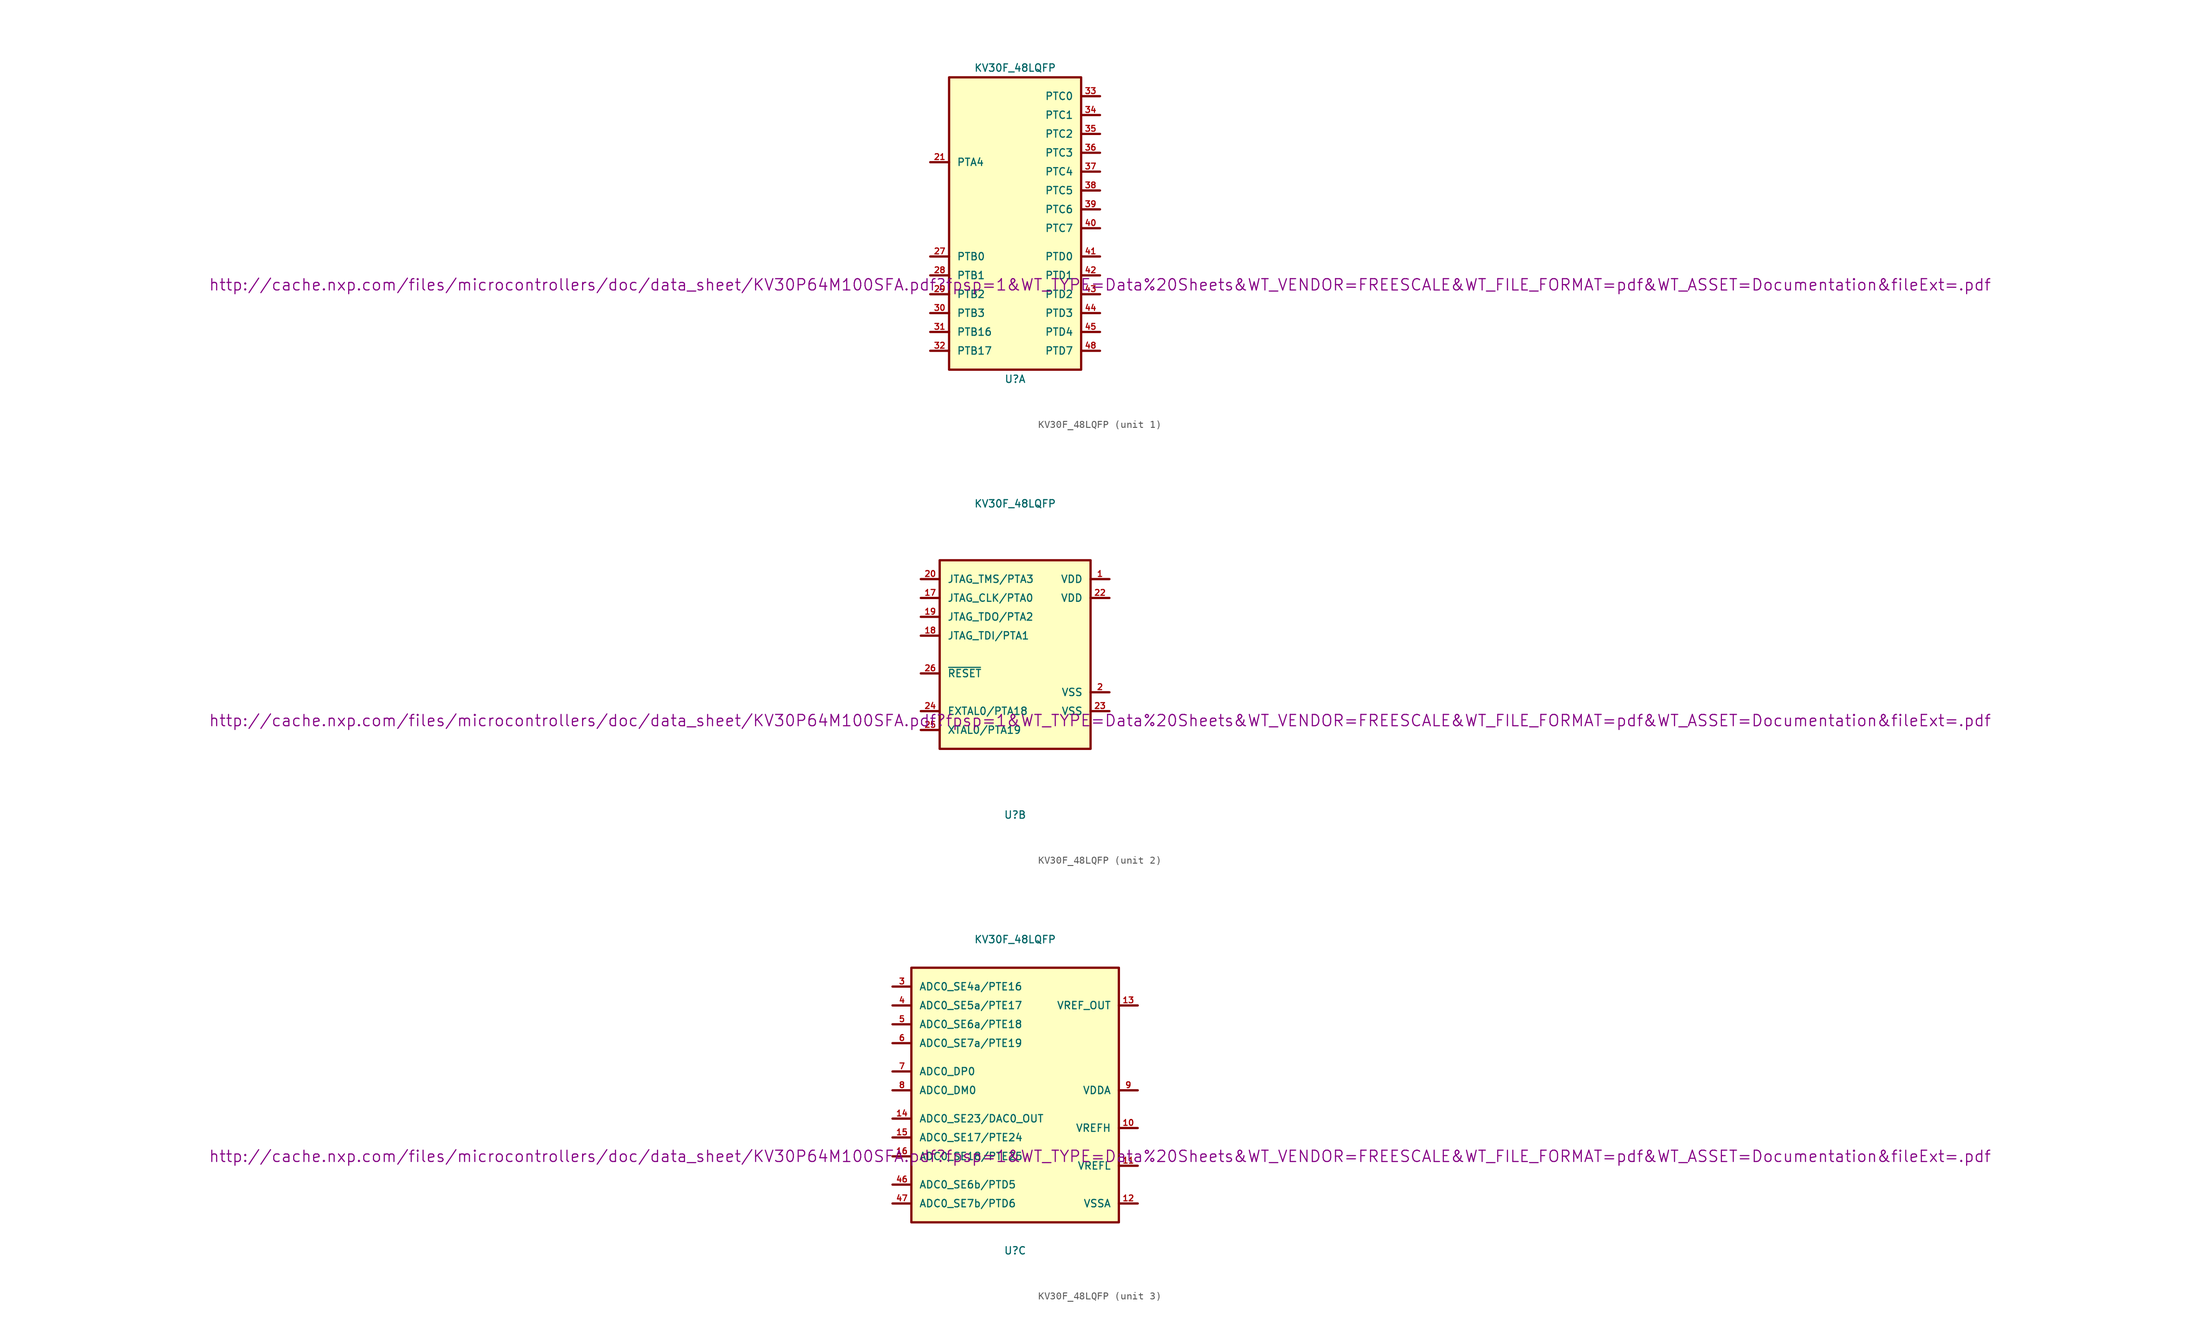
<source format=kicad_sym>
(kicad_symbol_lib
  (version 20211014)
  (generator kicad_symbol_editor)
  (symbol "KV30F_48LQFP"
    (pin_names
      (offset 1.016))
    (property "Reference" "U"
      (at 0 -21.59 0)
      (effects (font (size 0.991 0.991))))
    (property "Value" "KV30F_48LQFP"
      (at 0 20.32 0)
      (effects (font (size 0.991 0.991))))
    (property "Footprint" ""
      (at 11.43 -8.89 0)
      (effects (font (size 1.524 1.524))))
    (property "Datasheet" "http://cache.nxp.com/files/microcontrollers/doc/data_sheet/KV30P64M100SFA.pdf?fpsp=1&WT_TYPE=Data%20Sheets&WT_VENDOR=FREESCALE&WT_FILE_FORMAT=pdf&WT_ASSET=Documentation&fileExt=.pdf"
      (at 11.43 -8.89 0)
      (effects (font (size 1.524 1.524))))
    (property "ki_locked" ""
      (at 0 0 0)
      (effects (font (size 1.27 1.27))))
    (symbol "KV30F_48LQFP_1_1"
      (polyline (pts (xy -8.89 -17.78) (xy -11.43 -17.78)) (stroke (width 0.305) (type default) (color 0 0 0 0)) (fill (type none)))
      (polyline (pts (xy -8.89 -15.24) (xy -11.43 -15.24)) (stroke (width 0.305) (type default) (color 0 0 0 0)) (fill (type none)))
      (polyline (pts (xy -8.89 -12.7) (xy -11.43 -12.7)) (stroke (width 0.305) (type default) (color 0 0 0 0)) (fill (type none)))
      (polyline (pts (xy -8.89 -10.16) (xy -11.43 -10.16)) (stroke (width 0.305) (type default) (color 0 0 0 0)) (fill (type none)))
      (polyline (pts (xy -8.89 -7.62) (xy -11.43 -7.62)) (stroke (width 0.305) (type default) (color 0 0 0 0)) (fill (type none)))
      (polyline (pts (xy -8.89 -5.08) (xy -11.43 -5.08)) (stroke (width 0.305) (type default) (color 0 0 0 0)) (fill (type none)))
      (polyline (pts (xy -8.89 7.62) (xy -11.43 7.62)) (stroke (width 0.305) (type default) (color 0 0 0 0)) (fill (type none)))
      (polyline (pts (xy 11.43 -17.78) (xy 8.89 -17.78)) (stroke (width 0.305) (type default) (color 0 0 0 0)) (fill (type none)))
      (polyline (pts (xy 11.43 -15.24) (xy 8.89 -15.24)) (stroke (width 0.305) (type default) (color 0 0 0 0)) (fill (type none)))
      (polyline (pts (xy 11.43 -12.7) (xy 8.89 -12.7)) (stroke (width 0.305) (type default) (color 0 0 0 0)) (fill (type none)))
      (polyline (pts (xy 11.43 -10.16) (xy 8.89 -10.16)) (stroke (width 0.305) (type default) (color 0 0 0 0)) (fill (type none)))
      (polyline (pts (xy 11.43 -7.62) (xy 8.89 -7.62)) (stroke (width 0.305) (type default) (color 0 0 0 0)) (fill (type none)))
      (polyline (pts (xy 11.43 -5.08) (xy 8.89 -5.08)) (stroke (width 0.305) (type default) (color 0 0 0 0)) (fill (type none)))
      (polyline (pts (xy 11.43 -1.27) (xy 8.89 -1.27)) (stroke (width 0.305) (type default) (color 0 0 0 0)) (fill (type none)))
      (polyline (pts (xy 11.43 1.27) (xy 8.89 1.27)) (stroke (width 0.305) (type default) (color 0 0 0 0)) (fill (type none)))
      (polyline (pts (xy 11.43 3.81) (xy 8.89 3.81)) (stroke (width 0.305) (type default) (color 0 0 0 0)) (fill (type none)))
      (polyline (pts (xy 11.43 6.35) (xy 8.89 6.35)) (stroke (width 0.305) (type default) (color 0 0 0 0)) (fill (type none)))
      (polyline (pts (xy 11.43 8.89) (xy 8.89 8.89)) (stroke (width 0.305) (type default) (color 0 0 0 0)) (fill (type none)))
      (polyline (pts (xy 11.43 11.43) (xy 8.89 11.43)) (stroke (width 0.305) (type default) (color 0 0 0 0)) (fill (type none)))
      (polyline (pts (xy 11.43 13.97) (xy 8.89 13.97)) (stroke (width 0.305) (type default) (color 0 0 0 0)) (fill (type none)))
      (polyline (pts (xy 11.43 16.51) (xy 8.89 16.51)) (stroke (width 0.305) (type default) (color 0 0 0 0)) (fill (type none)))
      (rectangle (start 8.89 -20.32) (end -8.89 19.05) (stroke (width 0.305) (type default) (color 0 0 0 0)) (fill (type background)))
      (pin bidirectional line (at -11.43 7.62 0) (length 2.54) (name "PTA4" (effects (font (size 0.991 0.991)))) (number "21" (effects (font (size 0.787 0.787)))))
      (pin bidirectional line (at -11.43 -5.08 0) (length 2.54) (name "PTB0" (effects (font (size 0.991 0.991)))) (number "27" (effects (font (size 0.787 0.787)))))
      (pin bidirectional line (at -11.43 -7.62 0) (length 2.54) (name "PTB1" (effects (font (size 0.991 0.991)))) (number "28" (effects (font (size 0.787 0.787)))))
      (pin bidirectional line (at -11.43 -10.16 0) (length 2.54) (name "PTB2" (effects (font (size 0.991 0.991)))) (number "29" (effects (font (size 0.787 0.787)))))
      (pin bidirectional line (at -11.43 -12.7 0) (length 2.54) (name "PTB3" (effects (font (size 0.991 0.991)))) (number "30" (effects (font (size 0.787 0.787)))))
      (pin bidirectional line (at -11.43 -15.24 0) (length 2.54) (name "PTB16" (effects (font (size 0.991 0.991)))) (number "31" (effects (font (size 0.787 0.787)))))
      (pin bidirectional line (at -11.43 -17.78 0) (length 2.54) (name "PTB17" (effects (font (size 0.991 0.991)))) (number "32" (effects (font (size 0.787 0.787)))))
      (pin bidirectional line (at 11.43 16.51 180) (length 2.54) (name "PTC0" (effects (font (size 0.991 0.991)))) (number "33" (effects (font (size 0.787 0.787)))))
      (pin bidirectional line (at 11.43 13.97 180) (length 2.54) (name "PTC1" (effects (font (size 0.991 0.991)))) (number "34" (effects (font (size 0.787 0.787)))))
      (pin bidirectional line (at 11.43 11.43 180) (length 2.54) (name "PTC2" (effects (font (size 0.991 0.991)))) (number "35" (effects (font (size 0.787 0.787)))))
      (pin bidirectional line (at 11.43 8.89 180) (length 2.54) (name "PTC3" (effects (font (size 0.991 0.991)))) (number "36" (effects (font (size 0.787 0.787)))))
      (pin bidirectional line (at 11.43 6.35 180) (length 2.54) (name "PTC4" (effects (font (size 0.991 0.991)))) (number "37" (effects (font (size 0.787 0.787)))))
      (pin bidirectional line (at 11.43 3.81 180) (length 2.54) (name "PTC5" (effects (font (size 0.991 0.991)))) (number "38" (effects (font (size 0.787 0.787)))))
      (pin bidirectional line (at 11.43 1.27 180) (length 2.54) (name "PTC6" (effects (font (size 0.991 0.991)))) (number "39" (effects (font (size 0.787 0.787)))))
      (pin bidirectional line (at 11.43 -1.27 180) (length 2.54) (name "PTC7" (effects (font (size 0.991 0.991)))) (number "40" (effects (font (size 0.787 0.787)))))
      (pin bidirectional line (at 11.43 -5.08 180) (length 2.54) (name "PTD0" (effects (font (size 0.991 0.991)))) (number "41" (effects (font (size 0.787 0.787)))))
      (pin bidirectional line (at 11.43 -7.62 180) (length 2.54) (name "PTD1" (effects (font (size 0.991 0.991)))) (number "42" (effects (font (size 0.787 0.787)))))
      (pin bidirectional line (at 11.43 -10.16 180) (length 2.54) (name "PTD2" (effects (font (size 0.991 0.991)))) (number "43" (effects (font (size 0.787 0.787)))))
      (pin bidirectional line (at 11.43 -12.7 180) (length 2.54) (name "PTD3" (effects (font (size 0.991 0.991)))) (number "44" (effects (font (size 0.787 0.787)))))
      (pin bidirectional line (at 11.43 -15.24 180) (length 2.54) (name "PTD4" (effects (font (size 0.991 0.991)))) (number "45" (effects (font (size 0.787 0.787)))))
      (pin bidirectional line (at 11.43 -17.78 180) (length 2.54) (name "PTD7" (effects (font (size 0.991 0.991)))) (number "48" (effects (font (size 0.787 0.787))))))
    (symbol "KV30F_48LQFP_2_1"
      (rectangle (start -10.16 12.7) (end 10.16 -12.7) (stroke (width 0.305) (type default) (color 0 0 0 0)) (fill (type background)))
      (polyline (pts (xy -12.7 -10.16) (xy -10.16 -10.16)) (stroke (width 0.305) (type default) (color 0 0 0 0)) (fill (type none)))
      (polyline (pts (xy -12.7 -7.62) (xy -10.16 -7.62)) (stroke (width 0.305) (type default) (color 0 0 0 0)) (fill (type none)))
      (polyline (pts (xy -12.7 -2.54) (xy -10.16 -2.54)) (stroke (width 0.305) (type default) (color 0 0 0 0)) (fill (type none)))
      (polyline (pts (xy -12.7 2.54) (xy -10.16 2.54)) (stroke (width 0.305) (type default) (color 0 0 0 0)) (fill (type none)))
      (polyline (pts (xy -12.7 5.08) (xy -10.16 5.08)) (stroke (width 0.305) (type default) (color 0 0 0 0)) (fill (type none)))
      (polyline (pts (xy -12.7 7.62) (xy -10.16 7.62)) (stroke (width 0.305) (type default) (color 0 0 0 0)) (fill (type none)))
      (polyline (pts (xy -12.7 10.16) (xy -10.16 10.16)) (stroke (width 0.305) (type default) (color 0 0 0 0)) (fill (type none)))
      (polyline (pts (xy 10.16 -7.62) (xy 12.7 -7.62)) (stroke (width 0.305) (type default) (color 0 0 0 0)) (fill (type none)))
      (polyline (pts (xy 10.16 -5.08) (xy 12.7 -5.08)) (stroke (width 0.305) (type default) (color 0 0 0 0)) (fill (type none)))
      (polyline (pts (xy 10.16 7.62) (xy 12.7 7.62)) (stroke (width 0.305) (type default) (color 0 0 0 0)) (fill (type none)))
      (polyline (pts (xy 10.16 10.16) (xy 12.7 10.16)) (stroke (width 0.305) (type default) (color 0 0 0 0)) (fill (type none)))
      (pin power_in line (at 12.7 10.16 180) (length 2.54) (name "VDD" (effects (font (size 0.991 0.991)))) (number "1" (effects (font (size 0.787 0.787)))))
      (pin bidirectional line (at -12.7 7.62 0) (length 2.54) (name "JTAG_CLK/PTA0" (effects (font (size 0.991 0.991)))) (number "17" (effects (font (size 0.787 0.787)))))
      (pin bidirectional line (at -12.7 2.54 0) (length 2.54) (name "JTAG_TDI/PTA1" (effects (font (size 0.991 0.991)))) (number "18" (effects (font (size 0.787 0.787)))))
      (pin bidirectional line (at -12.7 5.08 0) (length 2.54) (name "JTAG_TDO/PTA2" (effects (font (size 0.991 0.991)))) (number "19" (effects (font (size 0.787 0.787)))))
      (pin power_in line (at 12.7 -5.08 180) (length 2.54) (name "VSS" (effects (font (size 0.991 0.991)))) (number "2" (effects (font (size 0.787 0.787)))))
      (pin bidirectional line (at -12.7 10.16 0) (length 2.54) (name "JTAG_TMS/PTA3" (effects (font (size 0.991 0.991)))) (number "20" (effects (font (size 0.787 0.787)))))
      (pin power_in line (at 12.7 7.62 180) (length 2.54) (name "VDD" (effects (font (size 0.991 0.991)))) (number "22" (effects (font (size 0.787 0.787)))))
      (pin power_in line (at 12.7 -7.62 180) (length 2.54) (name "VSS" (effects (font (size 0.991 0.991)))) (number "23" (effects (font (size 0.787 0.787)))))
      (pin bidirectional line (at -12.7 -7.62 0) (length 2.54) (name "EXTAL0/PTA18" (effects (font (size 0.991 0.991)))) (number "24" (effects (font (size 0.787 0.787)))))
      (pin bidirectional line (at -12.7 -10.16 0) (length 2.54) (name "XTAL0/PTA19" (effects (font (size 0.991 0.991)))) (number "25" (effects (font (size 0.787 0.787)))))
      (pin bidirectional line (at -12.7 -2.54 0) (length 2.54) (name "~{RESET}" (effects (font (size 0.991 0.991)))) (number "26" (effects (font (size 0.787 0.787))))))
    (symbol "KV30F_48LQFP_3_1"
      (rectangle (start -13.97 16.51) (end 13.97 -17.78) (stroke (width 0.305) (type default) (color 0 0 0 0)) (fill (type background)))
      (polyline (pts (xy -16.51 -15.24) (xy -13.97 -15.24)) (stroke (width 0.305) (type default) (color 0 0 0 0)) (fill (type none)))
      (polyline (pts (xy -16.51 -12.7) (xy -13.97 -12.7)) (stroke (width 0.305) (type default) (color 0 0 0 0)) (fill (type none)))
      (polyline (pts (xy -16.51 -8.89) (xy -13.97 -8.89)) (stroke (width 0.305) (type default) (color 0 0 0 0)) (fill (type none)))
      (polyline (pts (xy -16.51 -6.35) (xy -13.97 -6.35)) (stroke (width 0.305) (type default) (color 0 0 0 0)) (fill (type none)))
      (polyline (pts (xy -16.51 -3.81) (xy -13.97 -3.81)) (stroke (width 0.305) (type default) (color 0 0 0 0)) (fill (type none)))
      (polyline (pts (xy -16.51 0) (xy -13.97 0)) (stroke (width 0.305) (type default) (color 0 0 0 0)) (fill (type none)))
      (polyline (pts (xy -16.51 2.54) (xy -13.97 2.54)) (stroke (width 0.305) (type default) (color 0 0 0 0)) (fill (type none)))
      (polyline (pts (xy -16.51 6.35) (xy -13.97 6.35)) (stroke (width 0.305) (type default) (color 0 0 0 0)) (fill (type none)))
      (polyline (pts (xy -16.51 8.89) (xy -13.97 8.89)) (stroke (width 0.305) (type default) (color 0 0 0 0)) (fill (type none)))
      (polyline (pts (xy -16.51 11.43) (xy -13.97 11.43)) (stroke (width 0.305) (type default) (color 0 0 0 0)) (fill (type none)))
      (polyline (pts (xy -16.51 13.97) (xy -13.97 13.97)) (stroke (width 0.305) (type default) (color 0 0 0 0)) (fill (type none)))
      (polyline (pts (xy 13.97 -15.24) (xy 16.51 -15.24)) (stroke (width 0.305) (type default) (color 0 0 0 0)) (fill (type none)))
      (polyline (pts (xy 13.97 -10.16) (xy 16.51 -10.16)) (stroke (width 0.305) (type default) (color 0 0 0 0)) (fill (type none)))
      (polyline (pts (xy 13.97 -5.08) (xy 16.51 -5.08)) (stroke (width 0.305) (type default) (color 0 0 0 0)) (fill (type none)))
      (polyline (pts (xy 13.97 0) (xy 16.51 0)) (stroke (width 0.305) (type default) (color 0 0 0 0)) (fill (type none)))
      (polyline (pts (xy 13.97 11.43) (xy 16.51 11.43)) (stroke (width 0.305) (type default) (color 0 0 0 0)) (fill (type none)))
      (pin power_in line (at 16.51 -5.08 180) (length 2.54) (name "VREFH" (effects (font (size 0.991 0.991)))) (number "10" (effects (font (size 0.787 0.787)))))
      (pin power_in line (at 16.51 -10.16 180) (length 2.54) (name "VREFL" (effects (font (size 0.991 0.991)))) (number "11" (effects (font (size 0.787 0.787)))))
      (pin power_in line (at 16.51 -15.24 180) (length 2.54) (name "VSSA" (effects (font (size 0.991 0.991)))) (number "12" (effects (font (size 0.787 0.787)))))
      (pin bidirectional line (at 16.51 11.43 180) (length 2.54) (name "VREF_OUT" (effects (font (size 0.991 0.991)))) (number "13" (effects (font (size 0.787 0.787)))))
      (pin bidirectional line (at -16.51 -3.81 0) (length 2.54) (name "ADC0_SE23/DAC0_OUT" (effects (font (size 0.991 0.991)))) (number "14" (effects (font (size 0.787 0.787)))))
      (pin input line (at -16.51 -6.35 0) (length 2.54) (name "ADC0_SE17/PTE24" (effects (font (size 0.991 0.991)))) (number "15" (effects (font (size 0.787 0.787)))))
      (pin input line (at -16.51 -8.89 0) (length 2.54) (name "ADC0_SE18/PTE25" (effects (font (size 0.991 0.991)))) (number "16" (effects (font (size 0.787 0.787)))))
      (pin bidirectional line (at -16.51 13.97 0) (length 2.54) (name "ADC0_SE4a/PTE16" (effects (font (size 0.991 0.991)))) (number "3" (effects (font (size 0.787 0.787)))))
      (pin bidirectional line (at -16.51 11.43 0) (length 2.54) (name "ADC0_SE5a/PTE17" (effects (font (size 0.991 0.991)))) (number "4" (effects (font (size 0.787 0.787)))))
      (pin bidirectional line (at -16.51 -12.7 0) (length 2.54) (name "ADC0_SE6b/PTD5" (effects (font (size 0.991 0.991)))) (number "46" (effects (font (size 0.787 0.787)))))
      (pin bidirectional line (at -16.51 -15.24 0) (length 2.54) (name "ADC0_SE7b/PTD6" (effects (font (size 0.991 0.991)))) (number "47" (effects (font (size 0.787 0.787)))))
      (pin bidirectional line (at -16.51 8.89 0) (length 2.54) (name "ADC0_SE6a/PTE18" (effects (font (size 0.991 0.991)))) (number "5" (effects (font (size 0.787 0.787)))))
      (pin bidirectional line (at -16.51 6.35 0) (length 2.54) (name "ADC0_SE7a/PTE19" (effects (font (size 0.991 0.991)))) (number "6" (effects (font (size 0.787 0.787)))))
      (pin input line (at -16.51 2.54 0) (length 2.54) (name "ADC0_DP0" (effects (font (size 0.991 0.991)))) (number "7" (effects (font (size 0.787 0.787)))))
      (pin input line (at -16.51 0 0) (length 2.54) (name "ADC0_DM0" (effects (font (size 0.991 0.991)))) (number "8" (effects (font (size 0.787 0.787)))))
      (pin power_in line (at 16.51 0 180) (length 2.54) (name "VDDA" (effects (font (size 0.991 0.991)))) (number "9" (effects (font (size 0.787 0.787))))))))
</source>
